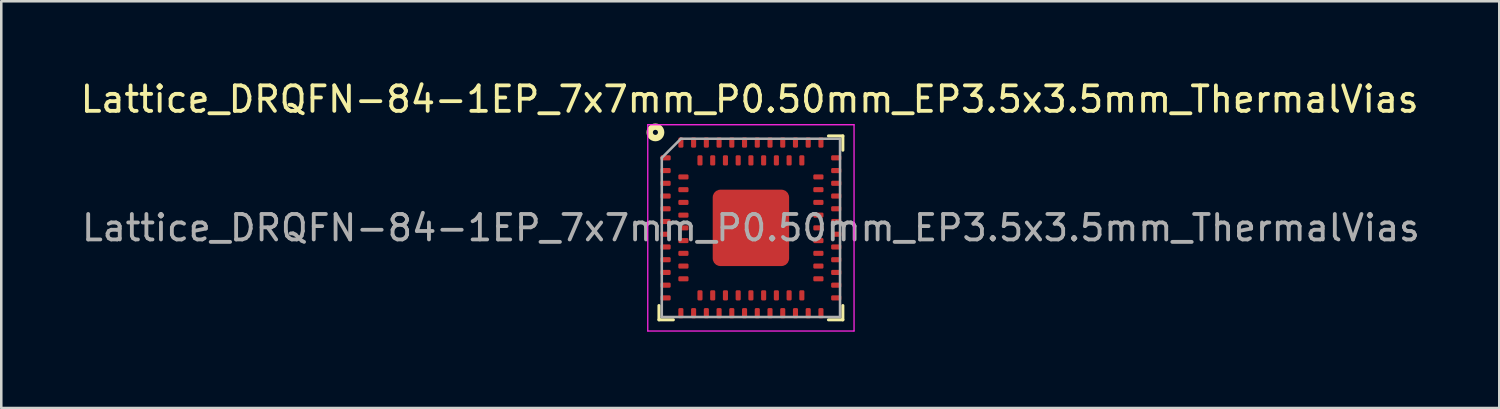
<source format=kicad_pcb>
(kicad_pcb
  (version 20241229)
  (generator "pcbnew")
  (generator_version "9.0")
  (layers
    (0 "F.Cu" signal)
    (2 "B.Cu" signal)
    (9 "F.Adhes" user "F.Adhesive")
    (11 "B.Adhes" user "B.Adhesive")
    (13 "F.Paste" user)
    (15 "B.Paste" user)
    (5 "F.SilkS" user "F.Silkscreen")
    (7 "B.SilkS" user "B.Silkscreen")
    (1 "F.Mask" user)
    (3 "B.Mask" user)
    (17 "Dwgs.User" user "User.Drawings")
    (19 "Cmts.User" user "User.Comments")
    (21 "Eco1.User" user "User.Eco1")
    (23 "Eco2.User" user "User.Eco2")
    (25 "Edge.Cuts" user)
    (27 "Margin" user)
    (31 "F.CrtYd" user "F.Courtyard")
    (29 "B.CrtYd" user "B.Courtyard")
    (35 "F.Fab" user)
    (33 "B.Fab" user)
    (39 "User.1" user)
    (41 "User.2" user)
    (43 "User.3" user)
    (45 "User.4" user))
  (footprint "Lattice_DRQFN-84-1EP_7x7mm_P0.50mm_EP3.5x3.5mm_ThermalVias"
    (layer "F.Cu")
    (at 26.387 5.848)
    (property "Reference" "Lattice_DRQFN-84-1EP_7x7mm_P0.50mm_EP3.5x3.5mm_ThermalVias" (at 0 -5 0) (layer "F.SilkS") (effects (font (size 1 1) (thickness 0.15))))
    (attr smd)
    (fp_line (start -3.56 3.66) (end -3.56 3.1) (stroke (width 0.12) (type solid)) (layer "F.SilkS"))
    (fp_line (start -2.995 3.66) (end -3.56 3.66) (stroke (width 0.12) (type solid)) (layer "F.SilkS"))
    (fp_line (start 3.095 -3.56) (end 3.66 -3.56) (stroke (width 0.12) (type solid)) (layer "F.SilkS"))
    (fp_line (start 3.66 -3) (end 3.66 -3.56) (stroke (width 0.12) (type solid)) (layer "F.SilkS"))
    (fp_line (start 3.66 3.66) (end 3.095 3.66) (stroke (width 0.12) (type solid)) (layer "F.SilkS"))
    (fp_line (start 3.66 3.66) (end 3.66 3.1) (stroke (width 0.12) (type solid)) (layer "F.SilkS"))
    (fp_circle (center -3.7 -3.7) (end -3.6 -3.7) (stroke (width 0.25) (type solid)) (fill no) (layer "F.SilkS"))
    (fp_line (start -4 -4) (end 4.1 -4) (stroke (width 0.05) (type solid)) (layer "F.CrtYd"))
    (fp_line (start -4 4.1) (end -4 -4) (stroke (width 0.05) (type solid)) (layer "F.CrtYd"))
    (fp_line (start 4.1 -4) (end 4.1 4.1) (stroke (width 0.05) (type solid)) (layer "F.CrtYd"))
    (fp_line (start 4.1 4.1) (end -4 4.1) (stroke (width 0.05) (type solid)) (layer "F.CrtYd"))
    (fp_line (start -3.45 -2.7) (end -2.7 -3.45) (stroke (width 0.1) (type solid)) (layer "F.Fab"))
    (fp_line (start -3.45 3.55) (end -3.45 -2.7) (stroke (width 0.1) (type solid)) (layer "F.Fab"))
    (fp_line (start -2.7 -3.45) (end 3.55 -3.45) (stroke (width 0.1) (type solid)) (layer "F.Fab"))
    (fp_line (start 3.55 -3.45) (end 3.55 3.55) (stroke (width 0.1) (type solid)) (layer "F.Fab"))
    (fp_line (start 3.55 3.55) (end -3.45 3.55) (stroke (width 0.1) (type solid)) (layer "F.Fab"))
    (fp_text user "${REFERENCE}" (at 0.05 0.05 0) (layer "F.Fab") (effects (font (size 1 1) (thickness 0.15))))
    (pad "" smd roundrect (at -0.675 -0.675 270) (size 1.1 1.1) (layers "F.Paste") (roundrect_rratio 0.25))
    (pad "" smd roundrect (at -0.675 0.775 180) (size 1.1 1.1) (layers "F.Paste") (roundrect_rratio 0.25))
    (pad "" smd roundrect (at 0.775 -0.675 180) (size 1.1 1.1) (layers "F.Paste") (roundrect_rratio 0.25))
    (pad "" smd roundrect (at 0.775 0.775 180) (size 1.1 1.1) (layers "F.Paste") (roundrect_rratio 0.25))
    (pad "A1" smd roundrect (at -3.3 -2.7 90) (size 0.2 0.4) (layers "F.Cu" "F.Mask" "F.Paste") (roundrect_rratio 0.25))
    (pad "A2" smd roundrect (at -3.3 -2.2 90) (size 0.2 0.4) (layers "F.Cu" "F.Mask" "F.Paste") (roundrect_rratio 0.25))
    (pad "A3" smd roundrect (at -3.3 -1.7 90) (size 0.2 0.4) (layers "F.Cu" "F.Mask" "F.Paste") (roundrect_rratio 0.25))
    (pad "A4" smd roundrect (at -3.3 -1.2 90) (size 0.2 0.4) (layers "F.Cu" "F.Mask" "F.Paste") (roundrect_rratio 0.25))
    (pad "A5" smd roundrect (at -3.3 -0.7 90) (size 0.2 0.4) (layers "F.Cu" "F.Mask" "F.Paste") (roundrect_rratio 0.25))
    (pad "A6" smd roundrect (at -3.3 -0.2 90) (size 0.2 0.4) (layers "F.Cu" "F.Mask" "F.Paste") (roundrect_rratio 0.25))
    (pad "A7" smd roundrect (at -3.3 0.3 90) (size 0.2 0.4) (layers "F.Cu" "F.Mask" "F.Paste") (roundrect_rratio 0.25))
    (pad "A8" smd roundrect (at -3.3 0.8 90) (size 0.2 0.4) (layers "F.Cu" "F.Mask" "F.Paste") (roundrect_rratio 0.25))
    (pad "A9" smd roundrect (at -3.3 1.3 90) (size 0.2 0.4) (layers "F.Cu" "F.Mask" "F.Paste") (roundrect_rratio 0.25))
    (pad "A10" smd roundrect (at -3.3 1.8 90) (size 0.2 0.4) (layers "F.Cu" "F.Mask" "F.Paste") (roundrect_rratio 0.25))
    (pad "A11" smd roundrect (at -3.3 2.3 90) (size 0.2 0.4) (layers "F.Cu" "F.Mask" "F.Paste") (roundrect_rratio 0.25))
    (pad "A12" smd roundrect (at -3.3 2.8 90) (size 0.2 0.4) (layers "F.Cu" "F.Mask" "F.Paste") (roundrect_rratio 0.25))
    (pad "A13" smd roundrect (at -2.7 3.4 180) (size 0.2 0.4) (layers "F.Cu" "F.Mask" "F.Paste") (roundrect_rratio 0.25))
    (pad "A14" smd roundrect (at -2.2 3.4 180) (size 0.2 0.4) (layers "F.Cu" "F.Mask" "F.Paste") (roundrect_rratio 0.25))
    (pad "A15" smd roundrect (at -1.7 3.4 180) (size 0.2 0.4) (layers "F.Cu" "F.Mask" "F.Paste") (roundrect_rratio 0.25))
    (pad "A16" smd roundrect (at -1.2 3.4 180) (size 0.2 0.4) (layers "F.Cu" "F.Mask" "F.Paste") (roundrect_rratio 0.25))
    (pad "A17" smd roundrect (at -0.7 3.4 180) (size 0.2 0.4) (layers "F.Cu" "F.Mask" "F.Paste") (roundrect_rratio 0.25))
    (pad "A18" smd roundrect (at -0.2 3.4 180) (size 0.2 0.4) (layers "F.Cu" "F.Mask" "F.Paste") (roundrect_rratio 0.25))
    (pad "A19" smd roundrect (at 0.3 3.4 180) (size 0.2 0.4) (layers "F.Cu" "F.Mask" "F.Paste") (roundrect_rratio 0.25))
    (pad "A20" smd roundrect (at 0.8 3.4 180) (size 0.2 0.4) (layers "F.Cu" "F.Mask" "F.Paste") (roundrect_rratio 0.25))
    (pad "A21" smd roundrect (at 1.3 3.4 180) (size 0.2 0.4) (layers "F.Cu" "F.Mask" "F.Paste") (roundrect_rratio 0.25))
    (pad "A22" smd roundrect (at 1.8 3.4 180) (size 0.2 0.4) (layers "F.Cu" "F.Mask" "F.Paste") (roundrect_rratio 0.25))
    (pad "A23" smd roundrect (at 2.3 3.4 180) (size 0.2 0.4) (layers "F.Cu" "F.Mask" "F.Paste") (roundrect_rratio 0.25))
    (pad "A24" smd roundrect (at 2.8 3.4 180) (size 0.2 0.4) (layers "F.Cu" "F.Mask" "F.Paste") (roundrect_rratio 0.25))
    (pad "A25" smd roundrect (at 3.4 2.8 90) (size 0.2 0.4) (layers "F.Cu" "F.Mask" "F.Paste") (roundrect_rratio 0.25))
    (pad "A26" smd roundrect (at 3.4 2.3 90) (size 0.2 0.4) (layers "F.Cu" "F.Mask" "F.Paste") (roundrect_rratio 0.25))
    (pad "A27" smd roundrect (at 3.4 1.8 90) (size 0.2 0.4) (layers "F.Cu" "F.Mask" "F.Paste") (roundrect_rratio 0.25))
    (pad "A28" smd roundrect (at 3.4 1.3 90) (size 0.2 0.4) (layers "F.Cu" "F.Mask" "F.Paste") (roundrect_rratio 0.25))
    (pad "A29" smd roundrect (at 3.4 0.8 90) (size 0.2 0.4) (layers "F.Cu" "F.Mask" "F.Paste") (roundrect_rratio 0.25))
    (pad "A30" smd roundrect (at 3.4 0.3 90) (size 0.2 0.4) (layers "F.Cu" "F.Mask" "F.Paste") (roundrect_rratio 0.25))
    (pad "A31" smd roundrect (at 3.4 -0.2 90) (size 0.2 0.4) (layers "F.Cu" "F.Mask" "F.Paste") (roundrect_rratio 0.25))
    (pad "A32" smd roundrect (at 3.4 -0.7 90) (size 0.2 0.4) (layers "F.Cu" "F.Mask" "F.Paste") (roundrect_rratio 0.25))
    (pad "A33" smd roundrect (at 3.4 -1.2 90) (size 0.2 0.4) (layers "F.Cu" "F.Mask" "F.Paste") (roundrect_rratio 0.25))
    (pad "A34" smd roundrect (at 3.4 -1.7 90) (size 0.2 0.4) (layers "F.Cu" "F.Mask" "F.Paste") (roundrect_rratio 0.25))
    (pad "A35" smd roundrect (at 3.4 -2.2 90) (size 0.2 0.4) (layers "F.Cu" "F.Mask" "F.Paste") (roundrect_rratio 0.25))
    (pad "A36" smd roundrect (at 3.4 -2.7 90) (size 0.2 0.4) (layers "F.Cu" "F.Mask" "F.Paste") (roundrect_rratio 0.25))
    (pad "A37" smd roundrect (at 2.8 -3.3 180) (size 0.2 0.4) (layers "F.Cu" "F.Mask" "F.Paste") (roundrect_rratio 0.25))
    (pad "A38" smd roundrect (at 2.3 -3.3 180) (size 0.2 0.4) (layers "F.Cu" "F.Mask" "F.Paste") (roundrect_rratio 0.25))
    (pad "A39" smd roundrect (at 1.8 -3.3 180) (size 0.2 0.4) (layers "F.Cu" "F.Mask" "F.Paste") (roundrect_rratio 0.25))
    (pad "A40" smd roundrect (at 1.3 -3.3 180) (size 0.2 0.4) (layers "F.Cu" "F.Mask" "F.Paste") (roundrect_rratio 0.25))
    (pad "A41" smd roundrect (at 0.8 -3.3 180) (size 0.2 0.4) (layers "F.Cu" "F.Mask" "F.Paste") (roundrect_rratio 0.25))
    (pad "A42" smd roundrect (at 0.3 -3.3 180) (size 0.2 0.4) (layers "F.Cu" "F.Mask" "F.Paste") (roundrect_rratio 0.25))
    (pad "A43" smd roundrect (at -0.2 -3.3 180) (size 0.2 0.4) (layers "F.Cu" "F.Mask" "F.Paste") (roundrect_rratio 0.25))
    (pad "A44" smd roundrect (at -0.7 -3.3 180) (size 0.2 0.4) (layers "F.Cu" "F.Mask" "F.Paste") (roundrect_rratio 0.25))
    (pad "A45" smd roundrect (at -1.2 -3.3 180) (size 0.2 0.4) (layers "F.Cu" "F.Mask" "F.Paste") (roundrect_rratio 0.25))
    (pad "A46" smd roundrect (at -1.7 -3.3 180) (size 0.2 0.4) (layers "F.Cu" "F.Mask" "F.Paste") (roundrect_rratio 0.25))
    (pad "A47" smd roundrect (at -2.2 -3.3 180) (size 0.2 0.4) (layers "F.Cu" "F.Mask" "F.Paste") (roundrect_rratio 0.25))
    (pad "A48" smd roundrect (at -2.7 -3.3 180) (size 0.2 0.4) (layers "F.Cu" "F.Mask" "F.Paste") (roundrect_rratio 0.25))
    (pad "B1" smd roundrect (at -2.6 -1.95 90) (size 0.2 0.4) (layers "F.Cu" "F.Mask" "F.Paste") (roundrect_rratio 0.25))
    (pad "B2" smd roundrect (at -2.6 -1.45 90) (size 0.2 0.4) (layers "F.Cu" "F.Mask" "F.Paste") (roundrect_rratio 0.25))
    (pad "B3" smd roundrect (at -2.6 -0.95 90) (size 0.2 0.4) (layers "F.Cu" "F.Mask" "F.Paste") (roundrect_rratio 0.25))
    (pad "B4" smd roundrect (at -2.6 -0.45 90) (size 0.2 0.4) (layers "F.Cu" "F.Mask" "F.Paste") (roundrect_rratio 0.25))
    (pad "B5" smd roundrect (at -2.6 0.05 90) (size 0.2 0.4) (layers "F.Cu" "F.Mask" "F.Paste") (roundrect_rratio 0.25))
    (pad "B6" smd roundrect (at -2.6 0.55 90) (size 0.2 0.4) (layers "F.Cu" "F.Mask" "F.Paste") (roundrect_rratio 0.25))
    (pad "B7" smd roundrect (at -2.6 1.05 90) (size 0.2 0.4) (layers "F.Cu" "F.Mask" "F.Paste") (roundrect_rratio 0.25))
    (pad "B8" smd roundrect (at -2.6 1.55 90) (size 0.2 0.4) (layers "F.Cu" "F.Mask" "F.Paste") (roundrect_rratio 0.25))
    (pad "B9" smd roundrect (at -2.6 2.05 90) (size 0.2 0.4) (layers "F.Cu" "F.Mask" "F.Paste") (roundrect_rratio 0.25))
    (pad "B10" smd roundrect (at -1.95 2.7) (size 0.2 0.4) (layers "F.Cu" "F.Mask" "F.Paste") (roundrect_rratio 0.25))
    (pad "B11" smd roundrect (at -1.45 2.7) (size 0.2 0.4) (layers "F.Cu" "F.Mask" "F.Paste") (roundrect_rratio 0.25))
    (pad "B12" smd roundrect (at -0.95 2.7) (size 0.2 0.4) (layers "F.Cu" "F.Mask" "F.Paste") (roundrect_rratio 0.25))
    (pad "B13" smd roundrect (at -0.45 2.7) (size 0.2 0.4) (layers "F.Cu" "F.Mask" "F.Paste") (roundrect_rratio 0.25))
    (pad "B14" smd roundrect (at 0.05 2.7) (size 0.2 0.4) (layers "F.Cu" "F.Mask" "F.Paste") (roundrect_rratio 0.25))
    (pad "B15" smd roundrect (at 0.55 2.7) (size 0.2 0.4) (layers "F.Cu" "F.Mask" "F.Paste") (roundrect_rratio 0.25))
    (pad "B16" smd roundrect (at 1.05 2.7) (size 0.2 0.4) (layers "F.Cu" "F.Mask" "F.Paste") (roundrect_rratio 0.25))
    (pad "B17" smd roundrect (at 1.55 2.7) (size 0.2 0.4) (layers "F.Cu" "F.Mask" "F.Paste") (roundrect_rratio 0.25))
    (pad "B18" smd roundrect (at 2.05 2.7) (size 0.2 0.4) (layers "F.Cu" "F.Mask" "F.Paste") (roundrect_rratio 0.25))
    (pad "B19" smd roundrect (at 2.7 2.05 90) (size 0.2 0.4) (layers "F.Cu" "F.Mask" "F.Paste") (roundrect_rratio 0.25))
    (pad "B20" smd roundrect (at 2.7 1.55 90) (size 0.2 0.4) (layers "F.Cu" "F.Mask" "F.Paste") (roundrect_rratio 0.25))
    (pad "B21" smd roundrect (at 2.7 1.05 90) (size 0.2 0.4) (layers "F.Cu" "F.Mask" "F.Paste") (roundrect_rratio 0.25))
    (pad "B22" smd roundrect (at 2.7 0.55 90) (size 0.2 0.4) (layers "F.Cu" "F.Mask" "F.Paste") (roundrect_rratio 0.25))
    (pad "B23" smd roundrect (at 2.7 0.05 90) (size 0.2 0.4) (layers "F.Cu" "F.Mask" "F.Paste") (roundrect_rratio 0.25))
    (pad "B24" smd roundrect (at 2.7 -0.45 90) (size 0.2 0.4) (layers "F.Cu" "F.Mask" "F.Paste") (roundrect_rratio 0.25))
    (pad "B25" smd roundrect (at 2.7 -0.95 90) (size 0.2 0.4) (layers "F.Cu" "F.Mask" "F.Paste") (roundrect_rratio 0.25))
    (pad "B26" smd roundrect (at 2.7 -1.45 90) (size 0.2 0.4) (layers "F.Cu" "F.Mask" "F.Paste") (roundrect_rratio 0.25))
    (pad "B27" smd roundrect (at 2.7 -1.95 90) (size 0.2 0.4) (layers "F.Cu" "F.Mask" "F.Paste") (roundrect_rratio 0.25))
    (pad "B28" smd roundrect (at 2.05 -2.6) (size 0.2 0.4) (layers "F.Cu" "F.Mask" "F.Paste") (roundrect_rratio 0.25))
    (pad "B29" smd roundrect (at 1.55 -2.6) (size 0.2 0.4) (layers "F.Cu" "F.Mask" "F.Paste") (roundrect_rratio 0.25))
    (pad "B30" smd roundrect (at 1.05 -2.6) (size 0.2 0.4) (layers "F.Cu" "F.Mask" "F.Paste") (roundrect_rratio 0.25))
    (pad "B31" smd roundrect (at 0.55 -2.6) (size 0.2 0.4) (layers "F.Cu" "F.Mask" "F.Paste") (roundrect_rratio 0.25))
    (pad "B32" smd roundrect (at 0.05 -2.6) (size 0.2 0.4) (layers "F.Cu" "F.Mask" "F.Paste") (roundrect_rratio 0.25))
    (pad "B33" smd roundrect (at -0.45 -2.6) (size 0.2 0.4) (layers "F.Cu" "F.Mask" "F.Paste") (roundrect_rratio 0.25))
    (pad "B34" smd roundrect (at -0.95 -2.6) (size 0.2 0.4) (layers "F.Cu" "F.Mask" "F.Paste") (roundrect_rratio 0.25))
    (pad "B35" smd roundrect (at -1.45 -2.6) (size 0.2 0.4) (layers "F.Cu" "F.Mask" "F.Paste") (roundrect_rratio 0.25))
    (pad "B36" smd roundrect (at -1.95 -2.6) (size 0.2 0.4) (layers "F.Cu" "F.Mask" "F.Paste") (roundrect_rratio 0.25))
    (pad "PAD" smd roundrect (at 0.05 0.05 180) (size 3 3) (layers "F.Cu" "F.Mask") (roundrect_rratio 0.1)))
  (gr_rect
    (start -3 -3)
    (end 55.824 12.973)
    (stroke (width 0.1) (type default))
    (fill no)
    (layer "Edge.Cuts")))
</source>
